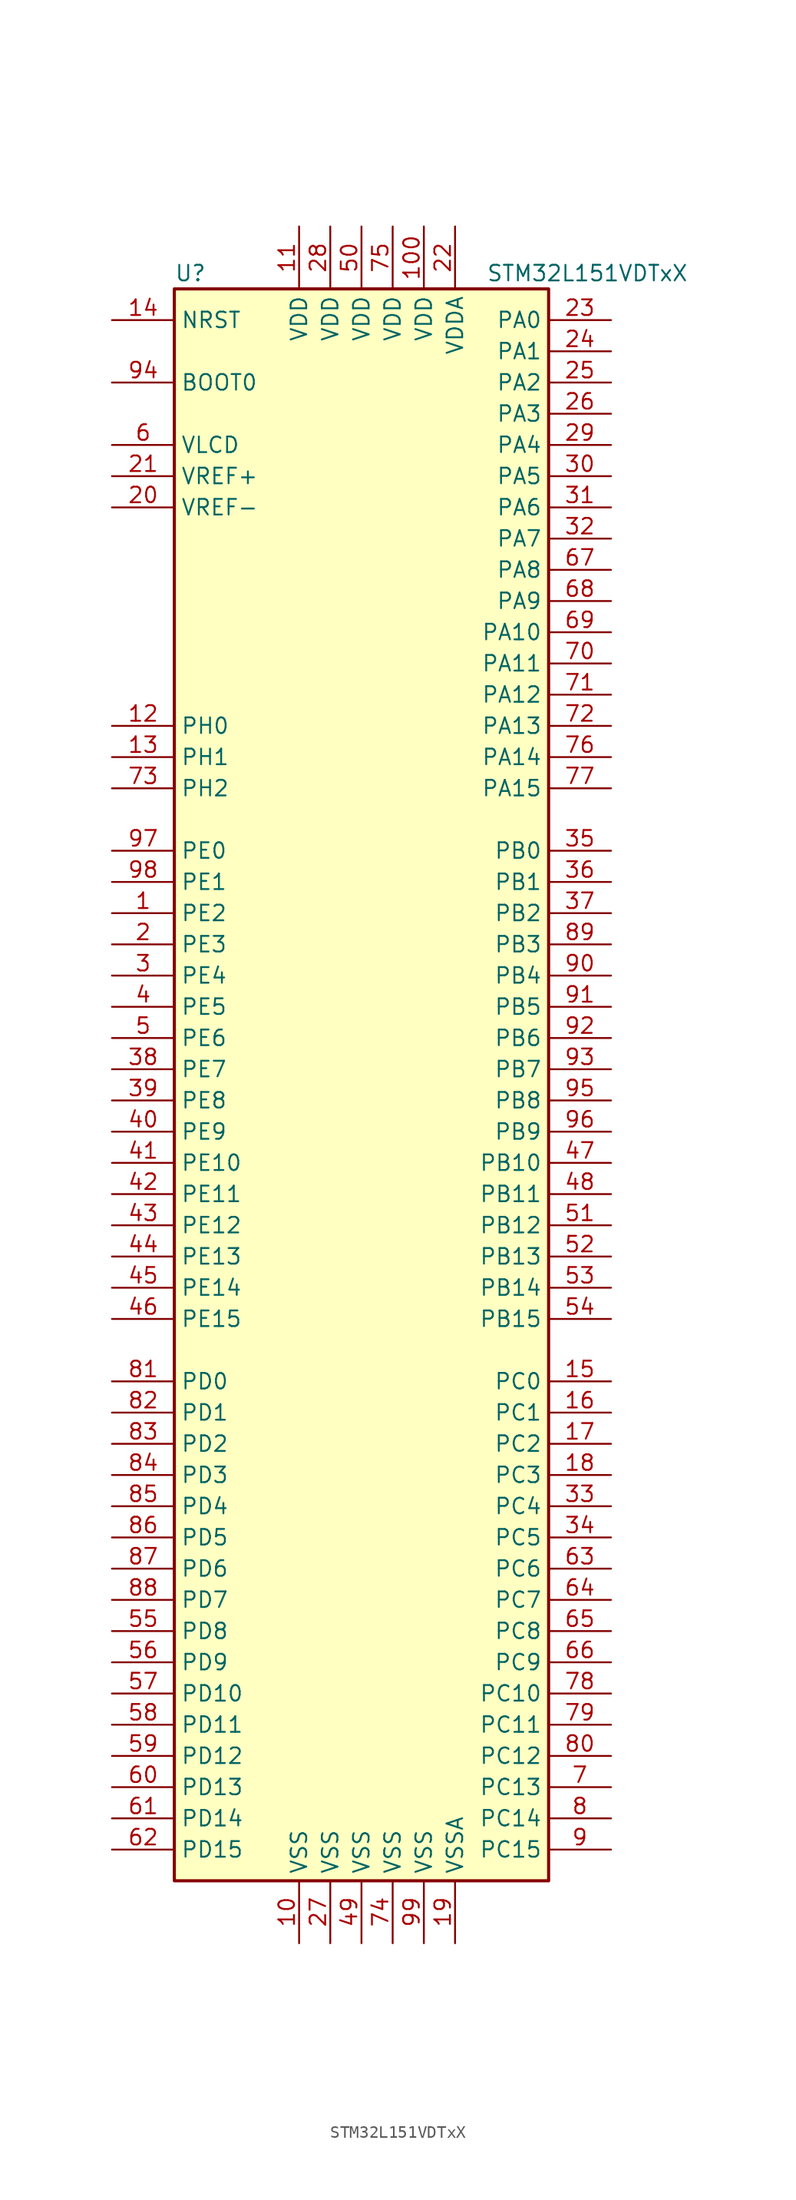
<source format=kicad_sym>
(kicad_symbol_lib
  (version 20211014)
  (generator kicad_symbol_editor)
  (symbol "STM32L151VDTxX"
    (property "Reference" "U"
      (at -15.24 64.77 0)
      (effects (font (size 1.27 1.27)) (justify left)))
    (property "Value" "STM32L151VDTxX"
      (at 10.16 64.77 0)
      (effects (font (size 1.27 1.27)) (justify left)))
    (symbol "STM32L151VDTxX_0_1"
      (rectangle (start -15.24 -66.04) (end 15.24 63.5) (stroke (width 0.254) (type default) (color 0 0 0 0)) (fill (type background))))
    (symbol "STM32L151VDTxX_1_1"
      (pin bidirectional line (at -20.32 12.7 0) (length 5.08) (name "PE2" (effects (font (size 1.27 1.27)))) (number "1" (effects (font (size 1.27 1.27)))))
      (pin power_in line (at -5.08 -71.12 90) (length 5.08) (name "VSS" (effects (font (size 1.27 1.27)))) (number "10" (effects (font (size 1.27 1.27)))))
      (pin power_in line (at 5.08 68.58 270) (length 5.08) (name "VDD" (effects (font (size 1.27 1.27)))) (number "100" (effects (font (size 1.27 1.27)))))
      (pin power_in line (at -5.08 68.58 270) (length 5.08) (name "VDD" (effects (font (size 1.27 1.27)))) (number "11" (effects (font (size 1.27 1.27)))))
      (pin input line (at -20.32 27.94 0) (length 5.08) (name "PH0" (effects (font (size 1.27 1.27)))) (number "12" (effects (font (size 1.27 1.27)))))
      (pin input line (at -20.32 25.4 0) (length 5.08) (name "PH1" (effects (font (size 1.27 1.27)))) (number "13" (effects (font (size 1.27 1.27)))))
      (pin input line (at -20.32 60.96 0) (length 5.08) (name "NRST" (effects (font (size 1.27 1.27)))) (number "14" (effects (font (size 1.27 1.27)))))
      (pin bidirectional line (at 20.32 -25.4 180) (length 5.08) (name "PC0" (effects (font (size 1.27 1.27)))) (number "15" (effects (font (size 1.27 1.27)))))
      (pin bidirectional line (at 20.32 -27.94 180) (length 5.08) (name "PC1" (effects (font (size 1.27 1.27)))) (number "16" (effects (font (size 1.27 1.27)))))
      (pin bidirectional line (at 20.32 -30.48 180) (length 5.08) (name "PC2" (effects (font (size 1.27 1.27)))) (number "17" (effects (font (size 1.27 1.27)))))
      (pin bidirectional line (at 20.32 -33.02 180) (length 5.08) (name "PC3" (effects (font (size 1.27 1.27)))) (number "18" (effects (font (size 1.27 1.27)))))
      (pin power_in line (at 7.62 -71.12 90) (length 5.08) (name "VSSA" (effects (font (size 1.27 1.27)))) (number "19" (effects (font (size 1.27 1.27)))))
      (pin bidirectional line (at -20.32 10.16 0) (length 5.08) (name "PE3" (effects (font (size 1.27 1.27)))) (number "2" (effects (font (size 1.27 1.27)))))
      (pin power_in line (at -20.32 45.72 0) (length 5.08) (name "VREF-" (effects (font (size 1.27 1.27)))) (number "20" (effects (font (size 1.27 1.27)))))
      (pin power_in line (at -20.32 48.26 0) (length 5.08) (name "VREF+" (effects (font (size 1.27 1.27)))) (number "21" (effects (font (size 1.27 1.27)))))
      (pin power_in line (at 7.62 68.58 270) (length 5.08) (name "VDDA" (effects (font (size 1.27 1.27)))) (number "22" (effects (font (size 1.27 1.27)))))
      (pin bidirectional line (at 20.32 60.96 180) (length 5.08) (name "PA0" (effects (font (size 1.27 1.27)))) (number "23" (effects (font (size 1.27 1.27)))))
      (pin bidirectional line (at 20.32 58.42 180) (length 5.08) (name "PA1" (effects (font (size 1.27 1.27)))) (number "24" (effects (font (size 1.27 1.27)))))
      (pin bidirectional line (at 20.32 55.88 180) (length 5.08) (name "PA2" (effects (font (size 1.27 1.27)))) (number "25" (effects (font (size 1.27 1.27)))))
      (pin bidirectional line (at 20.32 53.34 180) (length 5.08) (name "PA3" (effects (font (size 1.27 1.27)))) (number "26" (effects (font (size 1.27 1.27)))))
      (pin power_in line (at -2.54 -71.12 90) (length 5.08) (name "VSS" (effects (font (size 1.27 1.27)))) (number "27" (effects (font (size 1.27 1.27)))))
      (pin power_in line (at -2.54 68.58 270) (length 5.08) (name "VDD" (effects (font (size 1.27 1.27)))) (number "28" (effects (font (size 1.27 1.27)))))
      (pin bidirectional line (at 20.32 50.8 180) (length 5.08) (name "PA4" (effects (font (size 1.27 1.27)))) (number "29" (effects (font (size 1.27 1.27)))))
      (pin bidirectional line (at -20.32 7.62 0) (length 5.08) (name "PE4" (effects (font (size 1.27 1.27)))) (number "3" (effects (font (size 1.27 1.27)))))
      (pin bidirectional line (at 20.32 48.26 180) (length 5.08) (name "PA5" (effects (font (size 1.27 1.27)))) (number "30" (effects (font (size 1.27 1.27)))))
      (pin bidirectional line (at 20.32 45.72 180) (length 5.08) (name "PA6" (effects (font (size 1.27 1.27)))) (number "31" (effects (font (size 1.27 1.27)))))
      (pin bidirectional line (at 20.32 43.18 180) (length 5.08) (name "PA7" (effects (font (size 1.27 1.27)))) (number "32" (effects (font (size 1.27 1.27)))))
      (pin bidirectional line (at 20.32 -35.56 180) (length 5.08) (name "PC4" (effects (font (size 1.27 1.27)))) (number "33" (effects (font (size 1.27 1.27)))))
      (pin bidirectional line (at 20.32 -38.1 180) (length 5.08) (name "PC5" (effects (font (size 1.27 1.27)))) (number "34" (effects (font (size 1.27 1.27)))))
      (pin bidirectional line (at 20.32 17.78 180) (length 5.08) (name "PB0" (effects (font (size 1.27 1.27)))) (number "35" (effects (font (size 1.27 1.27)))))
      (pin bidirectional line (at 20.32 15.24 180) (length 5.08) (name "PB1" (effects (font (size 1.27 1.27)))) (number "36" (effects (font (size 1.27 1.27)))))
      (pin bidirectional line (at 20.32 12.7 180) (length 5.08) (name "PB2" (effects (font (size 1.27 1.27)))) (number "37" (effects (font (size 1.27 1.27)))))
      (pin bidirectional line (at -20.32 0 0) (length 5.08) (name "PE7" (effects (font (size 1.27 1.27)))) (number "38" (effects (font (size 1.27 1.27)))))
      (pin bidirectional line (at -20.32 -2.54 0) (length 5.08) (name "PE8" (effects (font (size 1.27 1.27)))) (number "39" (effects (font (size 1.27 1.27)))))
      (pin bidirectional line (at -20.32 5.08 0) (length 5.08) (name "PE5" (effects (font (size 1.27 1.27)))) (number "4" (effects (font (size 1.27 1.27)))))
      (pin bidirectional line (at -20.32 -5.08 0) (length 5.08) (name "PE9" (effects (font (size 1.27 1.27)))) (number "40" (effects (font (size 1.27 1.27)))))
      (pin bidirectional line (at -20.32 -7.62 0) (length 5.08) (name "PE10" (effects (font (size 1.27 1.27)))) (number "41" (effects (font (size 1.27 1.27)))))
      (pin bidirectional line (at -20.32 -10.16 0) (length 5.08) (name "PE11" (effects (font (size 1.27 1.27)))) (number "42" (effects (font (size 1.27 1.27)))))
      (pin bidirectional line (at -20.32 -12.7 0) (length 5.08) (name "PE12" (effects (font (size 1.27 1.27)))) (number "43" (effects (font (size 1.27 1.27)))))
      (pin bidirectional line (at -20.32 -15.24 0) (length 5.08) (name "PE13" (effects (font (size 1.27 1.27)))) (number "44" (effects (font (size 1.27 1.27)))))
      (pin bidirectional line (at -20.32 -17.78 0) (length 5.08) (name "PE14" (effects (font (size 1.27 1.27)))) (number "45" (effects (font (size 1.27 1.27)))))
      (pin bidirectional line (at -20.32 -20.32 0) (length 5.08) (name "PE15" (effects (font (size 1.27 1.27)))) (number "46" (effects (font (size 1.27 1.27)))))
      (pin bidirectional line (at 20.32 -7.62 180) (length 5.08) (name "PB10" (effects (font (size 1.27 1.27)))) (number "47" (effects (font (size 1.27 1.27)))))
      (pin bidirectional line (at 20.32 -10.16 180) (length 5.08) (name "PB11" (effects (font (size 1.27 1.27)))) (number "48" (effects (font (size 1.27 1.27)))))
      (pin power_in line (at 0 -71.12 90) (length 5.08) (name "VSS" (effects (font (size 1.27 1.27)))) (number "49" (effects (font (size 1.27 1.27)))))
      (pin bidirectional line (at -20.32 2.54 0) (length 5.08) (name "PE6" (effects (font (size 1.27 1.27)))) (number "5" (effects (font (size 1.27 1.27)))))
      (pin power_in line (at 0 68.58 270) (length 5.08) (name "VDD" (effects (font (size 1.27 1.27)))) (number "50" (effects (font (size 1.27 1.27)))))
      (pin bidirectional line (at 20.32 -12.7 180) (length 5.08) (name "PB12" (effects (font (size 1.27 1.27)))) (number "51" (effects (font (size 1.27 1.27)))))
      (pin bidirectional line (at 20.32 -15.24 180) (length 5.08) (name "PB13" (effects (font (size 1.27 1.27)))) (number "52" (effects (font (size 1.27 1.27)))))
      (pin bidirectional line (at 20.32 -17.78 180) (length 5.08) (name "PB14" (effects (font (size 1.27 1.27)))) (number "53" (effects (font (size 1.27 1.27)))))
      (pin bidirectional line (at 20.32 -20.32 180) (length 5.08) (name "PB15" (effects (font (size 1.27 1.27)))) (number "54" (effects (font (size 1.27 1.27)))))
      (pin bidirectional line (at -20.32 -45.72 0) (length 5.08) (name "PD8" (effects (font (size 1.27 1.27)))) (number "55" (effects (font (size 1.27 1.27)))))
      (pin bidirectional line (at -20.32 -48.26 0) (length 5.08) (name "PD9" (effects (font (size 1.27 1.27)))) (number "56" (effects (font (size 1.27 1.27)))))
      (pin bidirectional line (at -20.32 -50.8 0) (length 5.08) (name "PD10" (effects (font (size 1.27 1.27)))) (number "57" (effects (font (size 1.27 1.27)))))
      (pin bidirectional line (at -20.32 -53.34 0) (length 5.08) (name "PD11" (effects (font (size 1.27 1.27)))) (number "58" (effects (font (size 1.27 1.27)))))
      (pin bidirectional line (at -20.32 -55.88 0) (length 5.08) (name "PD12" (effects (font (size 1.27 1.27)))) (number "59" (effects (font (size 1.27 1.27)))))
      (pin power_in line (at -20.32 50.8 0) (length 5.08) (name "VLCD" (effects (font (size 1.27 1.27)))) (number "6" (effects (font (size 1.27 1.27)))))
      (pin bidirectional line (at -20.32 -58.42 0) (length 5.08) (name "PD13" (effects (font (size 1.27 1.27)))) (number "60" (effects (font (size 1.27 1.27)))))
      (pin bidirectional line (at -20.32 -60.96 0) (length 5.08) (name "PD14" (effects (font (size 1.27 1.27)))) (number "61" (effects (font (size 1.27 1.27)))))
      (pin bidirectional line (at -20.32 -63.5 0) (length 5.08) (name "PD15" (effects (font (size 1.27 1.27)))) (number "62" (effects (font (size 1.27 1.27)))))
      (pin bidirectional line (at 20.32 -40.64 180) (length 5.08) (name "PC6" (effects (font (size 1.27 1.27)))) (number "63" (effects (font (size 1.27 1.27)))))
      (pin bidirectional line (at 20.32 -43.18 180) (length 5.08) (name "PC7" (effects (font (size 1.27 1.27)))) (number "64" (effects (font (size 1.27 1.27)))))
      (pin bidirectional line (at 20.32 -45.72 180) (length 5.08) (name "PC8" (effects (font (size 1.27 1.27)))) (number "65" (effects (font (size 1.27 1.27)))))
      (pin bidirectional line (at 20.32 -48.26 180) (length 5.08) (name "PC9" (effects (font (size 1.27 1.27)))) (number "66" (effects (font (size 1.27 1.27)))))
      (pin bidirectional line (at 20.32 40.64 180) (length 5.08) (name "PA8" (effects (font (size 1.27 1.27)))) (number "67" (effects (font (size 1.27 1.27)))))
      (pin bidirectional line (at 20.32 38.1 180) (length 5.08) (name "PA9" (effects (font (size 1.27 1.27)))) (number "68" (effects (font (size 1.27 1.27)))))
      (pin bidirectional line (at 20.32 35.56 180) (length 5.08) (name "PA10" (effects (font (size 1.27 1.27)))) (number "69" (effects (font (size 1.27 1.27)))))
      (pin bidirectional line (at 20.32 -58.42 180) (length 5.08) (name "PC13" (effects (font (size 1.27 1.27)))) (number "7" (effects (font (size 1.27 1.27)))))
      (pin bidirectional line (at 20.32 33.02 180) (length 5.08) (name "PA11" (effects (font (size 1.27 1.27)))) (number "70" (effects (font (size 1.27 1.27)))))
      (pin bidirectional line (at 20.32 30.48 180) (length 5.08) (name "PA12" (effects (font (size 1.27 1.27)))) (number "71" (effects (font (size 1.27 1.27)))))
      (pin bidirectional line (at 20.32 27.94 180) (length 5.08) (name "PA13" (effects (font (size 1.27 1.27)))) (number "72" (effects (font (size 1.27 1.27)))))
      (pin bidirectional line (at -20.32 22.86 0) (length 5.08) (name "PH2" (effects (font (size 1.27 1.27)))) (number "73" (effects (font (size 1.27 1.27)))))
      (pin power_in line (at 2.54 -71.12 90) (length 5.08) (name "VSS" (effects (font (size 1.27 1.27)))) (number "74" (effects (font (size 1.27 1.27)))))
      (pin power_in line (at 2.54 68.58 270) (length 5.08) (name "VDD" (effects (font (size 1.27 1.27)))) (number "75" (effects (font (size 1.27 1.27)))))
      (pin bidirectional line (at 20.32 25.4 180) (length 5.08) (name "PA14" (effects (font (size 1.27 1.27)))) (number "76" (effects (font (size 1.27 1.27)))))
      (pin bidirectional line (at 20.32 22.86 180) (length 5.08) (name "PA15" (effects (font (size 1.27 1.27)))) (number "77" (effects (font (size 1.27 1.27)))))
      (pin bidirectional line (at 20.32 -50.8 180) (length 5.08) (name "PC10" (effects (font (size 1.27 1.27)))) (number "78" (effects (font (size 1.27 1.27)))))
      (pin bidirectional line (at 20.32 -53.34 180) (length 5.08) (name "PC11" (effects (font (size 1.27 1.27)))) (number "79" (effects (font (size 1.27 1.27)))))
      (pin bidirectional line (at 20.32 -60.96 180) (length 5.08) (name "PC14" (effects (font (size 1.27 1.27)))) (number "8" (effects (font (size 1.27 1.27)))))
      (pin bidirectional line (at 20.32 -55.88 180) (length 5.08) (name "PC12" (effects (font (size 1.27 1.27)))) (number "80" (effects (font (size 1.27 1.27)))))
      (pin bidirectional line (at -20.32 -25.4 0) (length 5.08) (name "PD0" (effects (font (size 1.27 1.27)))) (number "81" (effects (font (size 1.27 1.27)))))
      (pin bidirectional line (at -20.32 -27.94 0) (length 5.08) (name "PD1" (effects (font (size 1.27 1.27)))) (number "82" (effects (font (size 1.27 1.27)))))
      (pin bidirectional line (at -20.32 -30.48 0) (length 5.08) (name "PD2" (effects (font (size 1.27 1.27)))) (number "83" (effects (font (size 1.27 1.27)))))
      (pin bidirectional line (at -20.32 -33.02 0) (length 5.08) (name "PD3" (effects (font (size 1.27 1.27)))) (number "84" (effects (font (size 1.27 1.27)))))
      (pin bidirectional line (at -20.32 -35.56 0) (length 5.08) (name "PD4" (effects (font (size 1.27 1.27)))) (number "85" (effects (font (size 1.27 1.27)))))
      (pin bidirectional line (at -20.32 -38.1 0) (length 5.08) (name "PD5" (effects (font (size 1.27 1.27)))) (number "86" (effects (font (size 1.27 1.27)))))
      (pin bidirectional line (at -20.32 -40.64 0) (length 5.08) (name "PD6" (effects (font (size 1.27 1.27)))) (number "87" (effects (font (size 1.27 1.27)))))
      (pin bidirectional line (at -20.32 -43.18 0) (length 5.08) (name "PD7" (effects (font (size 1.27 1.27)))) (number "88" (effects (font (size 1.27 1.27)))))
      (pin bidirectional line (at 20.32 10.16 180) (length 5.08) (name "PB3" (effects (font (size 1.27 1.27)))) (number "89" (effects (font (size 1.27 1.27)))))
      (pin bidirectional line (at 20.32 -63.5 180) (length 5.08) (name "PC15" (effects (font (size 1.27 1.27)))) (number "9" (effects (font (size 1.27 1.27)))))
      (pin bidirectional line (at 20.32 7.62 180) (length 5.08) (name "PB4" (effects (font (size 1.27 1.27)))) (number "90" (effects (font (size 1.27 1.27)))))
      (pin bidirectional line (at 20.32 5.08 180) (length 5.08) (name "PB5" (effects (font (size 1.27 1.27)))) (number "91" (effects (font (size 1.27 1.27)))))
      (pin bidirectional line (at 20.32 2.54 180) (length 5.08) (name "PB6" (effects (font (size 1.27 1.27)))) (number "92" (effects (font (size 1.27 1.27)))))
      (pin bidirectional line (at 20.32 0 180) (length 5.08) (name "PB7" (effects (font (size 1.27 1.27)))) (number "93" (effects (font (size 1.27 1.27)))))
      (pin input line (at -20.32 55.88 0) (length 5.08) (name "BOOT0" (effects (font (size 1.27 1.27)))) (number "94" (effects (font (size 1.27 1.27)))))
      (pin bidirectional line (at 20.32 -2.54 180) (length 5.08) (name "PB8" (effects (font (size 1.27 1.27)))) (number "95" (effects (font (size 1.27 1.27)))))
      (pin bidirectional line (at 20.32 -5.08 180) (length 5.08) (name "PB9" (effects (font (size 1.27 1.27)))) (number "96" (effects (font (size 1.27 1.27)))))
      (pin bidirectional line (at -20.32 17.78 0) (length 5.08) (name "PE0" (effects (font (size 1.27 1.27)))) (number "97" (effects (font (size 1.27 1.27)))))
      (pin bidirectional line (at -20.32 15.24 0) (length 5.08) (name "PE1" (effects (font (size 1.27 1.27)))) (number "98" (effects (font (size 1.27 1.27)))))
      (pin power_in line (at 5.08 -71.12 90) (length 5.08) (name "VSS" (effects (font (size 1.27 1.27)))) (number "99" (effects (font (size 1.27 1.27))))))))
</source>
